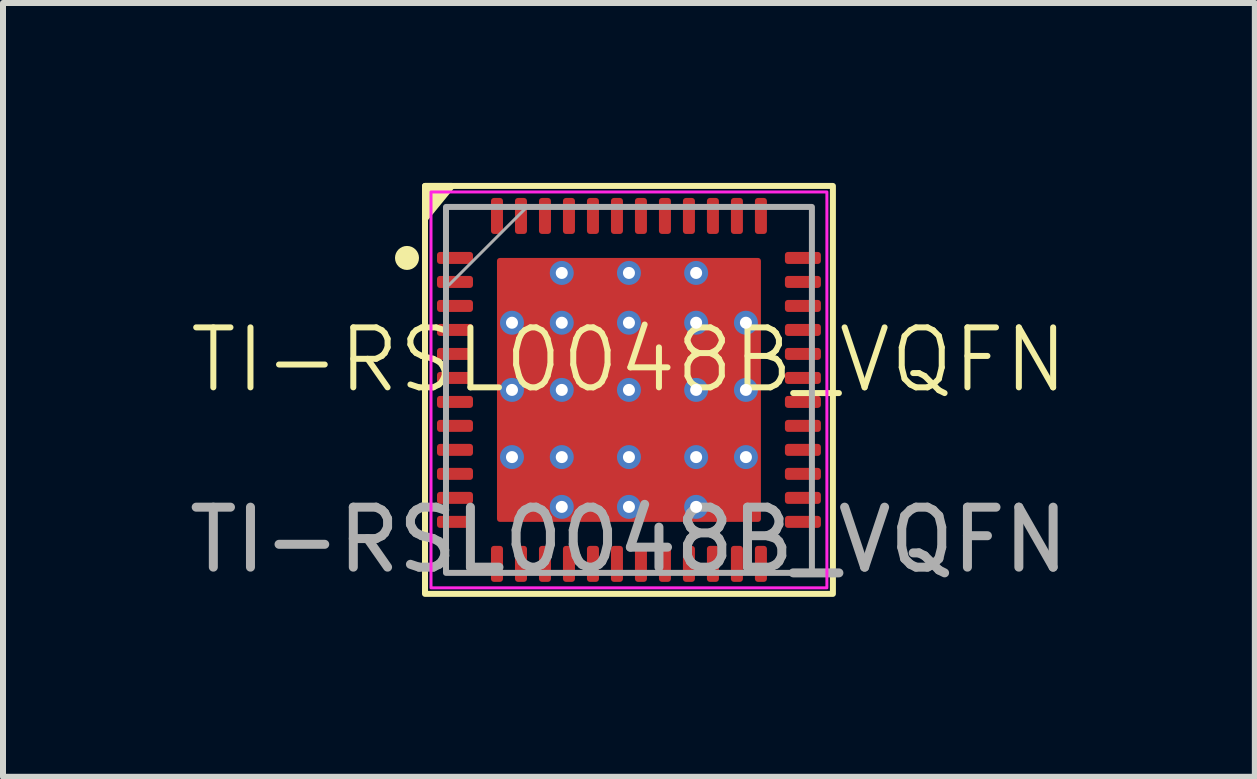
<source format=kicad_pcb>
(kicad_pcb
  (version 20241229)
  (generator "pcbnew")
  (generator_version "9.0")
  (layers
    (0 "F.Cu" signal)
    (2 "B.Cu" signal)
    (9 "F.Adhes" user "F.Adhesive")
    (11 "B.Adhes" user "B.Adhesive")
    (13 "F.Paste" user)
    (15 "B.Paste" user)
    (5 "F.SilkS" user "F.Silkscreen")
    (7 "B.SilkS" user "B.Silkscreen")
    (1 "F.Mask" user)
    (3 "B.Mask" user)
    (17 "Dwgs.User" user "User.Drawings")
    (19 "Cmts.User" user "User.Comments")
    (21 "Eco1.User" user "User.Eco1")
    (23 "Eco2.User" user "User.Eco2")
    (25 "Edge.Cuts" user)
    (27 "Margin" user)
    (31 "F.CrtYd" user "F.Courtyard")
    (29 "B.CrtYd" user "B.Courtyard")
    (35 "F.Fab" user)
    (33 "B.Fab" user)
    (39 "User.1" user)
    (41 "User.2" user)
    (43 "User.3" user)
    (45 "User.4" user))
  (footprint "TI-RSL0048B_VQFN"
    (layer "F.Cu")
    (at 7.435 3.45)
    (property "Reference" "TI-RSL0048B_VQFN" (at 0 -0.5 0) (unlocked yes) (layer "F.SilkS") (effects (font (size 1 1) (thickness 0.1))))
    (attr smd)
    (fp_rect (start -3.4 -3.4) (end 3.4 3.4) (stroke (width 0.1) (type default)) (fill no) (layer "F.SilkS"))
    (fp_circle (center -3.7 -2.2) (end -3.55 -2.2) (stroke (width 0.1) (type solid)) (fill yes) (layer "F.SilkS"))
    (fp_poly (pts (xy -2.95 -3.4) (xy -3.4 -2.85) (xy -3.4 -3.4)) (stroke (width 0.1) (type solid)) (fill yes) (layer "F.SilkS"))
    (fp_line (start 4.1 -2.03) (end 4.1 -2.85) (stroke (width 0.001) (type default)) (layer "F.Paste"))
    (fp_line (start 4.15 -2.9) (end 4.97 -2.9) (stroke (width 0.001) (type default)) (layer "F.Paste"))
    (fp_line (start 4.97 -1.98) (end 4.15 -1.98) (stroke (width 0.001) (type default)) (layer "F.Paste"))
    (fp_line (start 5.02 -2.85) (end 5.02 -2.03) (stroke (width 0.001) (type default)) (layer "F.Paste"))
    (fp_arc (start 4.1 -2.85) (mid 4.114645 -2.885355) (end 4.15 -2.9) (stroke (width 0.001) (type default)) (layer "F.Paste"))
    (fp_arc (start 4.97 -2.9) (mid 5.005355 -2.885355) (end 5.02 -2.85) (stroke (width 0.001) (type default)) (layer "F.Paste"))
    (fp_arc (start 5.02 -2.03) (mid 5.005355 -1.994645) (end 4.97 -1.98) (stroke (width 0.001) (type default)) (layer "F.Paste"))
    (fp_poly (pts (arc (start -2.146 -0.152) (mid -2.131355 -0.116645) (end -2.096 -0.102)) (arc (start -1.276 -0.102) (mid -1.240645 -0.116645) (end -1.226 -0.152)) (arc (start -1.226 -0.972) (mid -1.240645 -1.007355) (end -1.276 -1.022)) (arc (start -2.096 -1.022) (mid -2.131355 -1.007355) (end -2.146 -0.972))) (stroke (width 0.001) (type solid)) (fill yes) (layer "F.Paste"))
    (fp_poly (pts (arc (start -2.145 0.97) (mid -2.130355 1.005355) (end -2.095 1.02)) (arc (start -1.275 1.02) (mid -1.239645 1.005355) (end -1.225 0.97)) (arc (start -1.225 0.15) (mid -1.239645 0.114645) (end -1.275 0.1)) (arc (start -2.095 0.1) (mid -2.130355 0.114645) (end -2.145 0.15))) (stroke (width 0.001) (type solid)) (fill yes) (layer "F.Paste"))
    (fp_poly (pts (arc (start -2.144 2.098) (mid -2.129355 2.133355) (end -2.094 2.148)) (arc (start -1.274 2.148) (mid -1.238645 2.133355) (end -1.224 2.098)) (arc (start -1.224 1.278) (mid -1.238645 1.242645) (end -1.274 1.228)) (arc (start -2.094 1.228) (mid -2.129355 1.242645) (end -2.144 1.278))) (stroke (width 0.001) (type solid)) (fill yes) (layer "F.Paste"))
    (fp_poly (pts (arc (start -2.14 -1.271) (mid -2.125355 -1.235645) (end -2.09 -1.221)) (arc (start -1.27 -1.221) (mid -1.234645 -1.235645) (end -1.22 -1.271)) (arc (start -1.22 -2.091) (mid -1.234645 -2.126355) (end -1.27 -2.141)) (arc (start -2.09 -2.141) (mid -2.125355 -2.126355) (end -2.14 -2.091))) (stroke (width 0.001) (type solid)) (fill yes) (layer "F.Paste"))
    (fp_poly (pts (arc (start -1.021 -1.259) (mid -1.006355 -1.223645) (end -0.971 -1.209)) (arc (start -0.151 -1.209) (mid -0.115645 -1.223645) (end -0.101 -1.259)) (arc (start -0.101 -2.079) (mid -0.115645 -2.114355) (end -0.151 -2.129)) (arc (start -0.971 -2.129) (mid -1.006355 -2.114355) (end -1.021 -2.079))) (stroke (width 0.001) (type solid)) (fill yes) (layer "F.Paste"))
    (fp_poly (pts (arc (start -1.021 0.964) (mid -1.006355 0.999355) (end -0.971 1.014)) (arc (start -0.151 1.014) (mid -0.115645 0.999355) (end -0.101 0.964)) (arc (start -0.101 0.144) (mid -0.115645 0.108645) (end -0.151 0.094)) (arc (start -0.971 0.094) (mid -1.006355 0.108645) (end -1.021 0.144))) (stroke (width 0.001) (type solid)) (fill yes) (layer "F.Paste"))
    (fp_poly (pts (arc (start -1.02 2.098) (mid -1.005355 2.133355) (end -0.97 2.148)) (arc (start -0.15 2.148) (mid -0.114645 2.133355) (end -0.1 2.098)) (arc (start -0.1 1.278) (mid -0.114645 1.242645) (end -0.15 1.228)) (arc (start -0.97 1.228) (mid -1.005355 1.242645) (end -1.02 1.278))) (stroke (width 0.001) (type solid)) (fill yes) (layer "F.Paste"))
    (fp_poly (pts (arc (start -1.01 -0.15) (mid -0.995355 -0.114645) (end -0.96 -0.1)) (arc (start -0.14 -0.1) (mid -0.104645 -0.114645) (end -0.09 -0.15)) (arc (start -0.09 -0.97) (mid -0.104645 -1.005355) (end -0.14 -1.02)) (arc (start -0.96 -1.02) (mid -0.995355 -1.005355) (end -1.01 -0.97))) (stroke (width 0.001) (type solid)) (fill yes) (layer "F.Paste"))
    (fp_poly (pts (arc (start 0.1 -1.265) (mid 0.114645 -1.229645) (end 0.15 -1.215)) (arc (start 0.97 -1.215) (mid 1.005355 -1.229645) (end 1.02 -1.265)) (arc (start 1.02 -2.085) (mid 1.005355 -2.120355) (end 0.97 -2.135)) (arc (start 0.15 -2.135) (mid 0.114645 -2.120355) (end 0.1 -2.085))) (stroke (width 0.001) (type solid)) (fill yes) (layer "F.Paste"))
    (fp_poly (pts (arc (start 0.1 -0.15) (mid 0.114645 -0.114645) (end 0.15 -0.1)) (arc (start 0.97 -0.1) (mid 1.005355 -0.114645) (end 1.02 -0.15)) (arc (start 1.02 -0.97) (mid 1.005355 -1.005355) (end 0.97 -1.02)) (arc (start 0.15 -1.02) (mid 0.114645 -1.005355) (end 0.1 -0.97))) (stroke (width 0.001) (type solid)) (fill yes) (layer "F.Paste"))
    (fp_poly (pts (arc (start 0.1 0.95) (mid 0.114645 0.985355) (end 0.15 1)) (arc (start 0.97 1) (mid 1.005355 0.985355) (end 1.02 0.95)) (arc (start 1.02 0.13) (mid 1.005355 0.094645) (end 0.97 0.08)) (arc (start 0.15 0.08) (mid 0.114645 0.094645) (end 0.1 0.13))) (stroke (width 0.001) (type solid)) (fill yes) (layer "F.Paste"))
    (fp_poly (pts (arc (start 0.104 2.096) (mid 0.118645 2.131355) (end 0.154 2.146)) (arc (start 0.974 2.146) (mid 1.009355 2.131355) (end 1.024 2.096)) (arc (start 1.024 1.276) (mid 1.009355 1.240645) (end 0.974 1.226)) (arc (start 0.154 1.226) (mid 0.118645 1.240645) (end 0.104 1.276))) (stroke (width 0.001) (type solid)) (fill yes) (layer "F.Paste"))
    (fp_poly (pts (arc (start 1.227 -1.268) (mid 1.241645 -1.232645) (end 1.277 -1.218)) (arc (start 2.097 -1.218) (mid 2.132355 -1.232645) (end 2.147 -1.268)) (arc (start 2.147 -2.088) (mid 2.132355 -2.123355) (end 2.097 -2.138)) (arc (start 1.277 -2.138) (mid 1.241645 -2.123355) (end 1.227 -2.088))) (stroke (width 0.001) (type solid)) (fill yes) (layer "F.Paste"))
    (fp_poly (pts (arc (start 1.23 -0.15) (mid 1.244645 -0.114645) (end 1.28 -0.1)) (arc (start 2.1 -0.1) (mid 2.135355 -0.114645) (end 2.15 -0.15)) (arc (start 2.15 -0.97) (mid 2.135355 -1.005355) (end 2.1 -1.02)) (arc (start 1.28 -1.02) (mid 1.244645 -1.005355) (end 1.23 -0.97))) (stroke (width 0.001) (type solid)) (fill yes) (layer "F.Paste"))
    (fp_poly (pts (arc (start 1.247 2.096) (mid 1.261645 2.131355) (end 1.297 2.146)) (arc (start 2.117 2.146) (mid 2.152355 2.131355) (end 2.167 2.096)) (arc (start 2.167 1.276) (mid 2.152355 1.240645) (end 2.117 1.226)) (arc (start 1.297 1.226) (mid 1.261645 1.240645) (end 1.247 1.276))) (stroke (width 0.001) (type solid)) (fill yes) (layer "F.Paste"))
    (fp_poly (pts (arc (start 1.25 0.95) (mid 1.264645 0.985355) (end 1.3 1)) (arc (start 2.12 1) (mid 2.155355 0.985355) (end 2.17 0.95)) (arc (start 2.17 0.13) (mid 2.155355 0.094645) (end 2.12 0.08)) (arc (start 1.3 0.08) (mid 1.264645 0.094645) (end 1.25 0.13))) (stroke (width 0.001) (type solid)) (fill yes) (layer "F.Paste"))
    (fp_rect (start -3.3 -3.3) (end 3.3 3.3) (stroke (width 0.05) (type default)) (fill no) (layer "F.CrtYd"))
    (fp_line (start -1.7 -3.05) (end -3 -1.75) (stroke (width 0.05) (type default)) (layer "F.Fab"))
    (fp_rect (start -3.05 -3.05) (end 3.05 3.05) (stroke (width 0.1) (type default)) (fill no) (layer "F.Fab"))
    (fp_text user "${REFERENCE}" (at 0 2.5 0) (unlocked yes) (layer "F.Fab") (effects (font (size 1 1) (thickness 0.15))))
    (pad "1" smd roundrect (at -2.9 -2.2) (size 0.6 0.2) (layers "F.Cu" "F.Mask" "F.Paste") (roundrect_rratio 0.25))
    (pad "2" smd roundrect (at -2.9 -1.8) (size 0.6 0.2) (layers "F.Cu" "F.Mask" "F.Paste") (roundrect_rratio 0.25))
    (pad "3" smd roundrect (at -2.9 -1.4) (size 0.6 0.2) (layers "F.Cu" "F.Mask" "F.Paste") (roundrect_rratio 0.25))
    (pad "4" smd roundrect (at -2.9 -1) (size 0.6 0.2) (layers "F.Cu" "F.Mask" "F.Paste") (roundrect_rratio 0.25))
    (pad "5" smd roundrect (at -2.9 -0.6) (size 0.6 0.2) (layers "F.Cu" "F.Mask" "F.Paste") (roundrect_rratio 0.25))
    (pad "6" smd roundrect (at -2.9 -0.2) (size 0.6 0.2) (layers "F.Cu" "F.Mask" "F.Paste") (roundrect_rratio 0.25))
    (pad "7" smd roundrect (at -2.9 0.2) (size 0.6 0.2) (layers "F.Cu" "F.Mask" "F.Paste") (roundrect_rratio 0.25))
    (pad "8" smd roundrect (at -2.9 0.6) (size 0.6 0.2) (layers "F.Cu" "F.Mask" "F.Paste") (roundrect_rratio 0.25))
    (pad "9" smd roundrect (at -2.9 1) (size 0.6 0.2) (layers "F.Cu" "F.Mask" "F.Paste") (roundrect_rratio 0.25))
    (pad "10" smd roundrect (at -2.9 1.4) (size 0.6 0.2) (layers "F.Cu" "F.Mask" "F.Paste") (roundrect_rratio 0.25))
    (pad "11" smd roundrect (at -2.9 1.8) (size 0.6 0.2) (layers "F.Cu" "F.Mask" "F.Paste") (roundrect_rratio 0.25))
    (pad "12" smd roundrect (at -2.9 2.2) (size 0.6 0.2) (layers "F.Cu" "F.Mask" "F.Paste") (roundrect_rratio 0.25))
    (pad "13" smd roundrect (at -2.2 2.9 90) (size 0.6 0.2) (layers "F.Cu" "F.Mask" "F.Paste") (roundrect_rratio 0.25))
    (pad "14" smd roundrect (at -1.8 2.9 90) (size 0.6 0.2) (layers "F.Cu" "F.Mask" "F.Paste") (roundrect_rratio 0.25))
    (pad "15" smd roundrect (at -1.4 2.9 90) (size 0.6 0.2) (layers "F.Cu" "F.Mask" "F.Paste") (roundrect_rratio 0.25))
    (pad "16" smd roundrect (at -1 2.9 90) (size 0.6 0.2) (layers "F.Cu" "F.Mask" "F.Paste") (roundrect_rratio 0.25))
    (pad "17" smd roundrect (at -0.6 2.9 90) (size 0.6 0.2) (layers "F.Cu" "F.Mask" "F.Paste") (roundrect_rratio 0.25))
    (pad "18" smd roundrect (at -0.2 2.9 90) (size 0.6 0.2) (layers "F.Cu" "F.Mask" "F.Paste") (roundrect_rratio 0.25))
    (pad "19" smd roundrect (at 0.2 2.9 90) (size 0.6 0.2) (layers "F.Cu" "F.Mask" "F.Paste") (roundrect_rratio 0.25))
    (pad "20" smd roundrect (at 0.6 2.9 90) (size 0.6 0.2) (layers "F.Cu" "F.Mask" "F.Paste") (roundrect_rratio 0.25))
    (pad "21" smd roundrect (at 1 2.9 90) (size 0.6 0.2) (layers "F.Cu" "F.Mask" "F.Paste") (roundrect_rratio 0.25))
    (pad "22" smd roundrect (at 1.4 2.9 90) (size 0.6 0.2) (layers "F.Cu" "F.Mask" "F.Paste") (roundrect_rratio 0.25))
    (pad "23" smd roundrect (at 1.8 2.9 90) (size 0.6 0.2) (layers "F.Cu" "F.Mask" "F.Paste") (roundrect_rratio 0.25))
    (pad "24" smd roundrect (at 2.2 2.9 90) (size 0.6 0.2) (layers "F.Cu" "F.Mask" "F.Paste") (roundrect_rratio 0.25))
    (pad "25" smd roundrect (at 2.9 2.2) (size 0.6 0.2) (layers "F.Cu" "F.Mask" "F.Paste") (roundrect_rratio 0.25))
    (pad "26" smd roundrect (at 2.9 1.8) (size 0.6 0.2) (layers "F.Cu" "F.Mask" "F.Paste") (roundrect_rratio 0.25))
    (pad "27" smd roundrect (at 2.9 1.4) (size 0.6 0.2) (layers "F.Cu" "F.Mask" "F.Paste") (roundrect_rratio 0.25))
    (pad "28" smd roundrect (at 2.9 1) (size 0.6 0.2) (layers "F.Cu" "F.Mask" "F.Paste") (roundrect_rratio 0.25))
    (pad "29" smd roundrect (at 2.9 0.6) (size 0.6 0.2) (layers "F.Cu" "F.Mask" "F.Paste") (roundrect_rratio 0.25))
    (pad "30" smd roundrect (at 2.9 0.2) (size 0.6 0.2) (layers "F.Cu" "F.Mask" "F.Paste") (roundrect_rratio 0.25))
    (pad "31" smd roundrect (at 2.9 -0.2) (size 0.6 0.2) (layers "F.Cu" "F.Mask" "F.Paste") (roundrect_rratio 0.25))
    (pad "32" smd roundrect (at 2.9 -0.6) (size 0.6 0.2) (layers "F.Cu" "F.Mask" "F.Paste") (roundrect_rratio 0.25))
    (pad "33" smd roundrect (at 2.9 -1) (size 0.6 0.2) (layers "F.Cu" "F.Mask" "F.Paste") (roundrect_rratio 0.25))
    (pad "34" smd roundrect (at 2.9 -1.4) (size 0.6 0.2) (layers "F.Cu" "F.Mask" "F.Paste") (roundrect_rratio 0.25))
    (pad "35" smd roundrect (at 2.9 -1.8) (size 0.6 0.2) (layers "F.Cu" "F.Mask" "F.Paste") (roundrect_rratio 0.25))
    (pad "36" smd roundrect (at 2.9 -2.2) (size 0.6 0.2) (layers "F.Cu" "F.Mask" "F.Paste") (roundrect_rratio 0.25))
    (pad "37" smd roundrect (at 2.2 -2.9 90) (size 0.6 0.2) (layers "F.Cu" "F.Mask" "F.Paste") (roundrect_rratio 0.25))
    (pad "38" smd roundrect (at 1.8 -2.9 90) (size 0.6 0.2) (layers "F.Cu" "F.Mask" "F.Paste") (roundrect_rratio 0.25))
    (pad "39" smd roundrect (at 1.4 -2.9 90) (size 0.6 0.2) (layers "F.Cu" "F.Mask" "F.Paste") (roundrect_rratio 0.25))
    (pad "40" smd roundrect (at 1 -2.9 90) (size 0.6 0.2) (layers "F.Cu" "F.Mask" "F.Paste") (roundrect_rratio 0.25))
    (pad "41" smd roundrect (at 0.6 -2.9 90) (size 0.6 0.2) (layers "F.Cu" "F.Mask" "F.Paste") (roundrect_rratio 0.25))
    (pad "42" smd roundrect (at 0.2 -2.9 90) (size 0.6 0.2) (layers "F.Cu" "F.Mask" "F.Paste") (roundrect_rratio 0.25))
    (pad "43" smd roundrect (at -0.2 -2.9 90) (size 0.6 0.2) (layers "F.Cu" "F.Mask" "F.Paste") (roundrect_rratio 0.25))
    (pad "44" smd roundrect (at -0.6 -2.9 90) (size 0.6 0.2) (layers "F.Cu" "F.Mask" "F.Paste") (roundrect_rratio 0.25))
    (pad "45" smd roundrect (at -1 -2.9 90) (size 0.6 0.2) (layers "F.Cu" "F.Mask" "F.Paste") (roundrect_rratio 0.25))
    (pad "46" smd roundrect (at -1.4 -2.9 90) (size 0.6 0.2) (layers "F.Cu" "F.Mask" "F.Paste") (roundrect_rratio 0.25))
    (pad "47" smd roundrect (at -1.8 -2.9 90) (size 0.6 0.2) (layers "F.Cu" "F.Mask" "F.Paste") (roundrect_rratio 0.25))
    (pad "48" smd roundrect (at -2.2 -2.9 90) (size 0.6 0.2) (layers "F.Cu" "F.Mask" "F.Paste") (roundrect_rratio 0.25))
    (pad "49" thru_hole circle (at -1.95 -1.12) (size 0.4 0.4) (drill 0.2) (property pad_prop_heatsink) (layers "*.Cu" "*.Mask"))
    (pad "49" thru_hole circle (at -1.95 0) (size 0.4 0.4) (drill 0.2) (property pad_prop_heatsink) (layers "*.Cu" "*.Mask"))
    (pad "49" thru_hole circle (at -1.95 1.12) (size 0.4 0.4) (drill 0.2) (property pad_prop_heatsink) (layers "*.Cu" "*.Mask"))
    (pad "49" thru_hole circle (at -1.12 -1.95) (size 0.4 0.4) (drill 0.2) (property pad_prop_heatsink) (layers "*.Cu" "*.Mask"))
    (pad "49" thru_hole circle (at -1.12 -1.12) (size 0.4 0.4) (drill 0.2) (property pad_prop_heatsink) (layers "*.Cu" "*.Mask"))
    (pad "49" thru_hole circle (at -1.12 0) (size 0.4 0.4) (drill 0.2) (property pad_prop_heatsink) (layers "*.Cu" "*.Mask"))
    (pad "49" thru_hole circle (at -1.12 1.12) (size 0.4 0.4) (drill 0.2) (property pad_prop_heatsink) (layers "*.Cu" "*.Mask"))
    (pad "49" thru_hole circle (at -1.12 1.95) (size 0.4 0.4) (drill 0.2) (property pad_prop_heatsink) (layers "*.Cu" "*.Mask"))
    (pad "49" thru_hole circle (at 0 -1.95) (size 0.4 0.4) (drill 0.2) (property pad_prop_heatsink) (layers "*.Cu" "*.Mask"))
    (pad "49" thru_hole circle (at 0 -1.12) (size 0.4 0.4) (drill 0.2) (property pad_prop_heatsink) (layers "*.Cu" "*.Mask"))
    (pad "49" thru_hole circle (at 0 0) (size 0.4 0.4) (drill 0.2) (property pad_prop_heatsink) (layers "*.Cu" "*.Mask"))
    (pad "49" smd roundrect (at 0 0) (size 4.4 4.4) (layers "F.Cu" "F.Mask") (roundrect_rratio 0.011))
    (pad "49" thru_hole circle (at 0 1.12) (size 0.4 0.4) (drill 0.2) (property pad_prop_heatsink) (layers "*.Cu" "*.Mask"))
    (pad "49" thru_hole circle (at 0 1.95) (size 0.4 0.4) (drill 0.2) (property pad_prop_heatsink) (layers "*.Cu" "*.Mask"))
    (pad "49" thru_hole circle (at 1.12 -1.95) (size 0.4 0.4) (drill 0.2) (property pad_prop_heatsink) (layers "*.Cu" "*.Mask"))
    (pad "49" thru_hole circle (at 1.12 -1.12) (size 0.4 0.4) (drill 0.2) (property pad_prop_heatsink) (layers "*.Cu" "*.Mask"))
    (pad "49" thru_hole circle (at 1.12 0) (size 0.4 0.4) (drill 0.2) (property pad_prop_heatsink) (layers "*.Cu" "*.Mask"))
    (pad "49" thru_hole circle (at 1.12 1.12) (size 0.4 0.4) (drill 0.2) (property pad_prop_heatsink) (layers "*.Cu" "*.Mask"))
    (pad "49" thru_hole circle (at 1.12 1.95) (size 0.4 0.4) (drill 0.2) (property pad_prop_heatsink) (layers "*.Cu" "*.Mask"))
    (pad "49" thru_hole circle (at 1.95 -1.12) (size 0.4 0.4) (drill 0.2) (property pad_prop_heatsink) (layers "*.Cu" "*.Mask"))
    (pad "49" thru_hole circle (at 1.95 0) (size 0.4 0.4) (drill 0.2) (property pad_prop_heatsink) (layers "*.Cu" "*.Mask"))
    (pad "49" thru_hole circle (at 1.95 1.12) (size 0.4 0.4) (drill 0.2) (property pad_prop_heatsink) (layers "*.Cu" "*.Mask")))
  (gr_rect
    (start -3 -3)
    (end 17.869 9.9)
    (stroke (width 0.1) (type default))
    (fill no)
    (layer "Edge.Cuts")))
</source>
